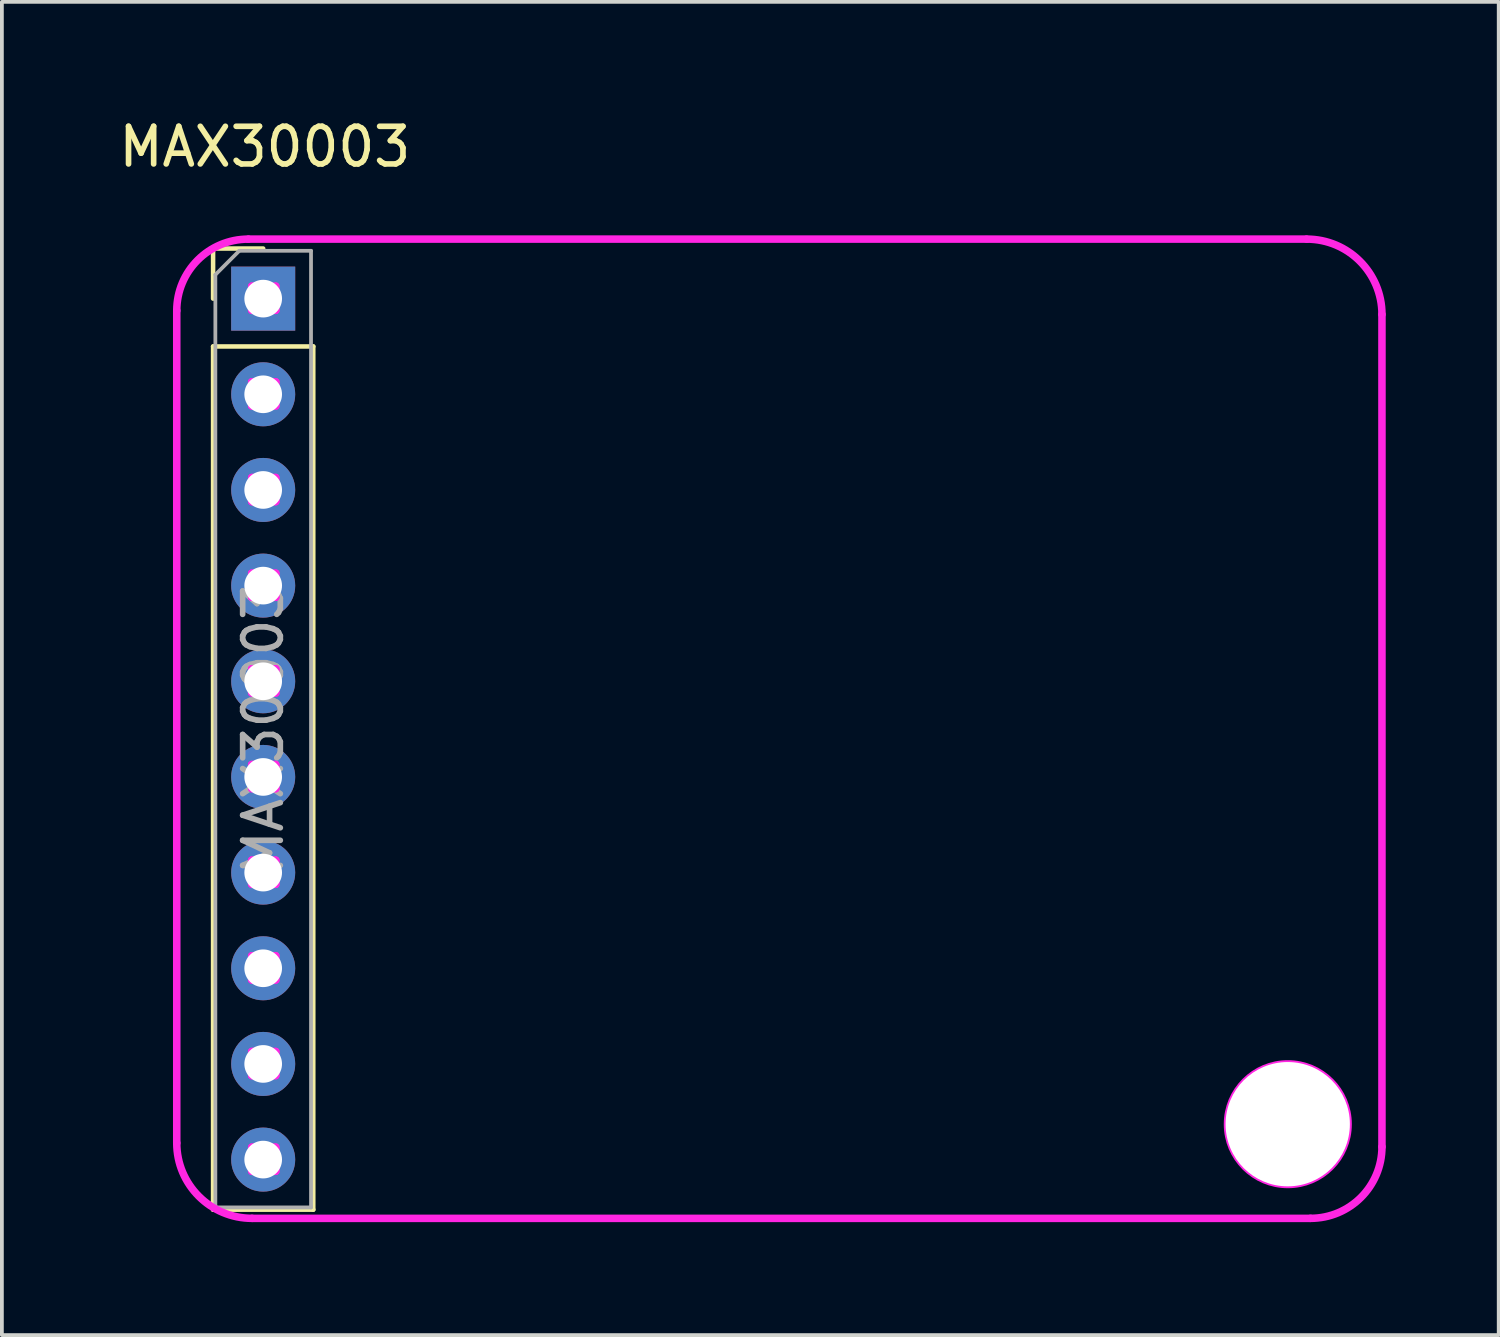
<source format=kicad_pcb>
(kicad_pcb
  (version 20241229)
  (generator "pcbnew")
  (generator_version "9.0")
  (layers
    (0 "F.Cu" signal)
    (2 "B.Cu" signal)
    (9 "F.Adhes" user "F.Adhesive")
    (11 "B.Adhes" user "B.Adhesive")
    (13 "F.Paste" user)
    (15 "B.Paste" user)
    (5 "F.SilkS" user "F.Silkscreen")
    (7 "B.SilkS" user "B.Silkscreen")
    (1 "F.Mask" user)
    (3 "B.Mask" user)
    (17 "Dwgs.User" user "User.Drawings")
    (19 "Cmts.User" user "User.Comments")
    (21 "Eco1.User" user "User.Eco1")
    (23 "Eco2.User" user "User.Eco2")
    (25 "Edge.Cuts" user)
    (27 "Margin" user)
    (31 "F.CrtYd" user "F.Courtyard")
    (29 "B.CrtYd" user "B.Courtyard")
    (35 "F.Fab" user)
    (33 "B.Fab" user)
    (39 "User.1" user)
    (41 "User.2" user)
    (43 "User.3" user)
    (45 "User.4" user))
  (footprint "MAX30003"
    (layer "F.Cu")
    (at 3.938 4.879)
    (property "Reference" "MAX30003" (at 0.044 -4.031 0) (layer "F.SilkS") (effects (font (size 1 1) (thickness 0.15))))
    (attr through_hole)
    (fp_line (start -1.33 -1.33) (end 0 -1.33) (stroke (width 0.12) (type solid)) (layer "F.SilkS"))
    (fp_line (start -1.33 0) (end -1.33 -1.33) (stroke (width 0.12) (type solid)) (layer "F.SilkS"))
    (fp_line (start -1.33 1.27) (end -1.33 24.19) (stroke (width 0.12) (type solid)) (layer "F.SilkS"))
    (fp_line (start -1.33 1.27) (end 1.33 1.27) (stroke (width 0.12) (type solid)) (layer "F.SilkS"))
    (fp_line (start -1.33 24.19) (end 1.33 24.19) (stroke (width 0.12) (type solid)) (layer "F.SilkS"))
    (fp_line (start 1.33 1.27) (end 1.33 24.19) (stroke (width 0.12) (type solid)) (layer "F.SilkS"))
    (fp_line (start -2.295 22.42) (end -2.295 0.32) (stroke (width 0.2) (type solid)) (layer "F.CrtYd"))
    (fp_line (start -0.395 -1.58) (end 27.705 -1.58) (stroke (width 0.2) (type solid)) (layer "F.CrtYd"))
    (fp_line (start -0.305 -0.33) (end -0.305 0.31) (stroke (width 0.2) (type solid)) (layer "F.CrtYd"))
    (fp_line (start -0.305 0.31) (end 0.335 0.31) (stroke (width 0.2) (type solid)) (layer "F.CrtYd"))
    (fp_line (start -0.305 2.21) (end -0.305 2.85) (stroke (width 0.2) (type solid)) (layer "F.CrtYd"))
    (fp_line (start -0.305 2.85) (end 0.335 2.85) (stroke (width 0.2) (type solid)) (layer "F.CrtYd"))
    (fp_line (start -0.305 4.75) (end -0.305 5.39) (stroke (width 0.2) (type solid)) (layer "F.CrtYd"))
    (fp_line (start -0.305 5.39) (end 0.335 5.39) (stroke (width 0.2) (type solid)) (layer "F.CrtYd"))
    (fp_line (start -0.305 7.29) (end -0.305 7.93) (stroke (width 0.2) (type solid)) (layer "F.CrtYd"))
    (fp_line (start -0.305 7.93) (end 0.335 7.93) (stroke (width 0.2) (type solid)) (layer "F.CrtYd"))
    (fp_line (start -0.305 9.83) (end -0.305 10.47) (stroke (width 0.2) (type solid)) (layer "F.CrtYd"))
    (fp_line (start -0.305 10.47) (end 0.335 10.47) (stroke (width 0.2) (type solid)) (layer "F.CrtYd"))
    (fp_line (start -0.305 12.37) (end -0.305 13.01) (stroke (width 0.2) (type solid)) (layer "F.CrtYd"))
    (fp_line (start -0.305 13.01) (end 0.335 13.01) (stroke (width 0.2) (type solid)) (layer "F.CrtYd"))
    (fp_line (start -0.305 14.91) (end -0.305 15.55) (stroke (width 0.2) (type solid)) (layer "F.CrtYd"))
    (fp_line (start -0.305 15.55) (end 0.335 15.55) (stroke (width 0.2) (type solid)) (layer "F.CrtYd"))
    (fp_line (start -0.305 17.45) (end -0.305 18.09) (stroke (width 0.2) (type solid)) (layer "F.CrtYd"))
    (fp_line (start -0.305 18.09) (end 0.335 18.09) (stroke (width 0.2) (type solid)) (layer "F.CrtYd"))
    (fp_line (start -0.305 19.99) (end -0.305 20.63) (stroke (width 0.2) (type solid)) (layer "F.CrtYd"))
    (fp_line (start -0.305 20.63) (end 0.335 20.63) (stroke (width 0.2) (type solid)) (layer "F.CrtYd"))
    (fp_line (start -0.305 22.53) (end -0.305 23.17) (stroke (width 0.2) (type solid)) (layer "F.CrtYd"))
    (fp_line (start -0.305 23.17) (end 0.335 23.17) (stroke (width 0.2) (type solid)) (layer "F.CrtYd"))
    (fp_line (start 0.335 -0.33) (end -0.305 -0.33) (stroke (width 0.2) (type solid)) (layer "F.CrtYd"))
    (fp_line (start 0.335 0.31) (end 0.335 -0.33) (stroke (width 0.2) (type solid)) (layer "F.CrtYd"))
    (fp_line (start 0.335 2.21) (end -0.305 2.21) (stroke (width 0.2) (type solid)) (layer "F.CrtYd"))
    (fp_line (start 0.335 2.85) (end 0.335 2.21) (stroke (width 0.2) (type solid)) (layer "F.CrtYd"))
    (fp_line (start 0.335 4.75) (end -0.305 4.75) (stroke (width 0.2) (type solid)) (layer "F.CrtYd"))
    (fp_line (start 0.335 5.39) (end 0.335 4.75) (stroke (width 0.2) (type solid)) (layer "F.CrtYd"))
    (fp_line (start 0.335 7.29) (end -0.305 7.29) (stroke (width 0.2) (type solid)) (layer "F.CrtYd"))
    (fp_line (start 0.335 7.93) (end 0.335 7.29) (stroke (width 0.2) (type solid)) (layer "F.CrtYd"))
    (fp_line (start 0.335 9.83) (end -0.305 9.83) (stroke (width 0.2) (type solid)) (layer "F.CrtYd"))
    (fp_line (start 0.335 10.47) (end 0.335 9.83) (stroke (width 0.2) (type solid)) (layer "F.CrtYd"))
    (fp_line (start 0.335 12.37) (end -0.305 12.37) (stroke (width 0.2) (type solid)) (layer "F.CrtYd"))
    (fp_line (start 0.335 13.01) (end 0.335 12.37) (stroke (width 0.2) (type solid)) (layer "F.CrtYd"))
    (fp_line (start 0.335 14.91) (end -0.305 14.91) (stroke (width 0.2) (type solid)) (layer "F.CrtYd"))
    (fp_line (start 0.335 15.55) (end 0.335 14.91) (stroke (width 0.2) (type solid)) (layer "F.CrtYd"))
    (fp_line (start 0.335 17.45) (end -0.305 17.45) (stroke (width 0.2) (type solid)) (layer "F.CrtYd"))
    (fp_line (start 0.335 18.09) (end 0.335 17.45) (stroke (width 0.2) (type solid)) (layer "F.CrtYd"))
    (fp_line (start 0.335 19.99) (end -0.305 19.99) (stroke (width 0.2) (type solid)) (layer "F.CrtYd"))
    (fp_line (start 0.335 20.63) (end 0.335 19.99) (stroke (width 0.2) (type solid)) (layer "F.CrtYd"))
    (fp_line (start 0.335 22.53) (end -0.305 22.53) (stroke (width 0.2) (type solid)) (layer "F.CrtYd"))
    (fp_line (start 0.335 23.17) (end 0.335 22.53) (stroke (width 0.2) (type solid)) (layer "F.CrtYd"))
    (fp_line (start 27.805 24.42) (end -0.295 24.42) (stroke (width 0.2) (type solid)) (layer "F.CrtYd"))
    (fp_line (start 29.705 0.42) (end 29.705 22.52) (stroke (width 0.2) (type solid)) (layer "F.CrtYd"))
    (fp_arc (start -2.2948 0.3198) (mid -1.738303 -1.023703) (end -0.3948 -1.5802) (stroke (width 0.2) (type solid)) (layer "F.CrtYd"))
    (fp_arc (start -0.2948 24.4198) (mid -1.709014 23.834014) (end -2.2948 22.4198) (stroke (width 0.2) (type solid)) (layer "F.CrtYd"))
    (fp_arc (start 27.7052 -1.5802) (mid 29.119414 -0.994414) (end 29.7052 0.4198) (stroke (width 0.2) (type solid)) (layer "F.CrtYd"))
    (fp_arc (start 29.7052 22.5198) (mid 29.148703 23.863303) (end 27.8052 24.4198) (stroke (width 0.2) (type solid)) (layer "F.CrtYd"))
    (fp_circle (center 27.205 21.92) (end 28.805 21.92) (stroke (width 0.2) (type solid)) (fill no) (layer "F.CrtYd"))
    (fp_line (start -1.27 -0.635) (end -0.635 -1.27) (stroke (width 0.1) (type solid)) (layer "F.Fab"))
    (fp_line (start -1.27 24.13) (end -1.27 -0.635) (stroke (width 0.1) (type solid)) (layer "F.Fab"))
    (fp_line (start -0.635 -1.27) (end 1.27 -1.27) (stroke (width 0.1) (type solid)) (layer "F.Fab"))
    (fp_line (start 1.27 -1.27) (end 1.27 24.13) (stroke (width 0.1) (type solid)) (layer "F.Fab"))
    (fp_line (start 1.27 24.13) (end -1.27 24.13) (stroke (width 0.1) (type solid)) (layer "F.Fab"))
    (fp_text user "${REFERENCE}" (at 0 11.43 90) (layer "F.Fab") (effects (font (size 1 1) (thickness 0.15))))
    (pad "" np_thru_hole circle (at 27.203 21.92) (size 3.3 3.3) (drill 3.3) (layers "*.Cu" "*.Mask"))
    (pad "1" thru_hole rect (at 0 0) (size 1.7 1.7) (drill 1) (layers "*.Cu" "*.Mask"))
    (pad "2" thru_hole oval (at 0 2.54) (size 1.7 1.7) (drill 1) (layers "*.Cu" "*.Mask"))
    (pad "3" thru_hole oval (at 0 5.08) (size 1.7 1.7) (drill 1) (layers "*.Cu" "*.Mask"))
    (pad "4" thru_hole oval (at 0 7.62) (size 1.7 1.7) (drill 1) (layers "*.Cu" "*.Mask"))
    (pad "5" thru_hole oval (at 0 10.16) (size 1.7 1.7) (drill 1) (layers "*.Cu" "*.Mask"))
    (pad "6" thru_hole oval (at 0 12.7) (size 1.7 1.7) (drill 1) (layers "*.Cu" "*.Mask"))
    (pad "7" thru_hole oval (at 0 15.24) (size 1.7 1.7) (drill 1) (layers "*.Cu" "*.Mask"))
    (pad "8" thru_hole oval (at 0 17.78) (size 1.7 1.7) (drill 1) (layers "*.Cu" "*.Mask"))
    (pad "9" thru_hole oval (at 0 20.32) (size 1.7 1.7) (drill 1) (layers "*.Cu" "*.Mask"))
    (pad "10" thru_hole oval (at 0 22.86) (size 1.7 1.7) (drill 1) (layers "*.Cu" "*.Mask")))
  (gr_rect
    (start -3 -3)
    (end 36.743 32.399)
    (stroke (width 0.1) (type default))
    (fill no)
    (layer "Edge.Cuts")))
</source>
